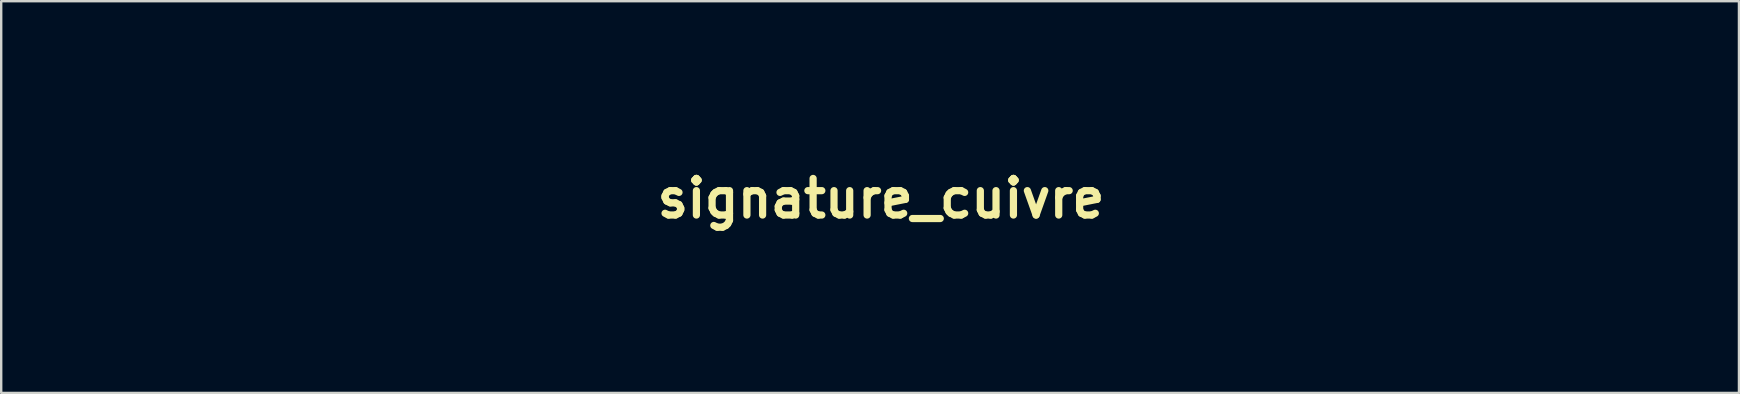
<source format=kicad_pcb>
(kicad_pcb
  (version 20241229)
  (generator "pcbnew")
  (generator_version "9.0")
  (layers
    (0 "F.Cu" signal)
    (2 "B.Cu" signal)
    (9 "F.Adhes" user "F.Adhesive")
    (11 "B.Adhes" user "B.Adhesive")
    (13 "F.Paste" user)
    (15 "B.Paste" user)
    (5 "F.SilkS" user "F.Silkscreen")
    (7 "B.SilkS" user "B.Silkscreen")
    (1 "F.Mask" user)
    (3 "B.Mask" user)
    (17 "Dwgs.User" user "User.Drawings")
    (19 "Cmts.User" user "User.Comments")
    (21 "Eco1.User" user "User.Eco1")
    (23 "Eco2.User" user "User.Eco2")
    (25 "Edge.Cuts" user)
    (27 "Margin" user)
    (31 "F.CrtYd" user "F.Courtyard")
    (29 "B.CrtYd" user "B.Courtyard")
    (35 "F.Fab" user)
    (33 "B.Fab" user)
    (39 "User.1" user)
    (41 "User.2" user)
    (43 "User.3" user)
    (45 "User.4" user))
  (footprint "signature_cuivre"
    (layer "F.Cu")
    (at 33.656 5.219)
    (property "Reference" "signature_cuivre" (at 0 0 0) (layer "F.SilkS") (effects (font (size 1.524 1.524) (thickness 0.3))))
    (attr through_hole)
    (fp_poly (pts (xy 28.649 -5.042) (xy 28.762 -4.659) (xy 28.561 -4.262) (xy 28.119 -4.056) (xy 27.661 -4.077) (xy 27.566 -4.424) (xy 27.584 -4.591) (xy 27.844 -5.109) (xy 28.207 -5.214) (xy 28.649 -5.042)) (stroke (width 0.01) (type solid)) (fill yes) (layer "F.Mask"))
    (fp_poly (pts (xy -16.442 -1.784) (xy -16.311 -1.284) (xy -16.309 -1.203) (xy -16.272 -0.726) (xy -16.088 -0.577) (xy -15.651 -0.747) (xy -15.075 -1.089) (xy -14.251 -1.454) (xy -13.64 -1.472) (xy -13.187 -1.167) (xy -13.143 -0.799) (xy -13.495 -0.555) (xy -13.703 -0.534) (xy -14.661 -0.292) (xy -15.654 0.361) (xy -16.573 1.322) (xy -17.311 2.484) (xy -17.634 3.275) (xy -17.955 4.011) (xy -18.275 4.264) (xy -18.56 4.014) (xy -18.614 3.89) (xy -18.596 3.457) (xy -18.404 2.702) (xy -18.093 1.818) (xy -17.709 0.773) (xy -17.393 -0.235) (xy -17.237 -0.869) (xy -17.011 -1.538) (xy -16.711 -1.856) (xy -16.442 -1.784)) (stroke (width 0.01) (type solid)) (fill yes) (layer "F.Mask"))
    (fp_poly (pts (xy -10.301 -2.19) (xy -10.26 -2.172) (xy -9.799 -1.905) (xy -9.657 -1.567) (xy -9.802 -0.995) (xy -9.969 -0.581) (xy -10.339 -0.03) (xy -10.689 0.049) (xy -10.896 -0.291) (xy -10.848 -0.954) (xy -10.75 -1.449) (xy -10.862 -1.511) (xy -11.102 -1.332) (xy -11.687 -0.698) (xy -12.342 0.227) (xy -12.935 1.24) (xy -13.33 2.122) (xy -13.505 2.93) (xy -13.344 3.326) (xy -12.852 3.311) (xy -12.032 2.884) (xy -10.89 2.047) (xy -10.201 1.562) (xy -9.768 1.442) (xy -9.582 1.541) (xy -9.5 1.84) (xy -9.811 2.271) (xy -10.163 2.592) (xy -11.282 3.494) (xy -12.129 4.033) (xy -12.794 4.238) (xy -13.368 4.14) (xy -13.897 3.802) (xy -14.305 3.157) (xy -14.28 2.229) (xy -13.819 1.01) (xy -13.088 -0.255) (xy -12.28 -1.385) (xy -11.589 -2.055) (xy -10.95 -2.309) (xy -10.301 -2.19)) (stroke (width 0.01) (type solid)) (fill yes) (layer "F.Mask"))
    (fp_poly (pts (xy 22.027 -2.209) (xy 22.085 -1.739) (xy 21.856 -1.175) (xy 21.706 -0.988) (xy 21.343 -0.493) (xy 20.91 0.247) (xy 20.478 1.091) (xy 20.113 1.897) (xy 19.883 2.525) (xy 19.858 2.835) (xy 19.858 2.836) (xy 20.089 2.731) (xy 20.519 2.318) (xy 20.725 2.083) (xy 21.899 0.711) (xy 22.788 -0.266) (xy 23.427 -0.879) (xy 23.85 -1.162) (xy 24.092 -1.147) (xy 24.096 -1.143) (xy 24.185 -0.738) (xy 23.929 -0.001) (xy 23.817 0.225) (xy 23.374 1.433) (xy 23.298 2.525) (xy 23.593 3.381) (xy 23.704 3.522) (xy 23.99 3.884) (xy 23.869 4.001) (xy 23.589 4.011) (xy 22.848 3.772) (xy 22.339 3.152) (xy 22.186 2.454) (xy 22.165 2.069) (xy 22.054 1.986) (xy 21.77 2.242) (xy 21.228 2.874) (xy 20.634 3.561) (xy 20.244 3.896) (xy 19.923 3.945) (xy 19.537 3.771) (xy 19.451 3.722) (xy 19.074 3.255) (xy 18.99 2.861) (xy 19.113 2.143) (xy 19.431 1.209) (xy 19.879 0.181) (xy 20.395 -0.817) (xy 20.916 -1.662) (xy 21.379 -2.231) (xy 21.683 -2.406) (xy 22.027 -2.209)) (stroke (width 0.01) (type solid)) (fill yes) (layer "F.Mask"))
    (fp_poly (pts (xy -2.015 -4.576) (xy -1.347 -4.098) (xy -0.833 -3.387) (xy -0.65 -2.874) (xy -0.606 -2.301) (xy -0.801 -2.153) (xy -1.169 -2.417) (xy -1.64 -3.075) (xy -2.01 -3.66) (xy -2.266 -3.986) (xy -2.306 -4.011) (xy -2.473 -3.792) (xy -2.673 -3.344) (xy -2.76 -2.826) (xy -2.693 -2.049) (xy -2.461 -0.915) (xy -2.265 -0.132) (xy -1.979 1.031) (xy -1.755 2.055) (xy -1.625 2.794) (xy -1.604 3.025) (xy -1.803 3.779) (xy -2.356 4.186) (xy -3.2 4.229) (xy -4.27 3.894) (xy -4.588 3.737) (xy -5.601 3.035) (xy -6.33 2.195) (xy -6.671 1.346) (xy -6.684 1.167) (xy -6.569 0.647) (xy -6.284 0.554) (xy -5.915 0.852) (xy -5.554 1.499) (xy -5.478 1.701) (xy -5.098 2.324) (xy -4.494 2.876) (xy -3.815 3.264) (xy -3.211 3.396) (xy -2.901 3.276) (xy -2.717 2.919) (xy -2.732 2.32) (xy -2.858 1.672) (xy -3.258 -0.088) (xy -3.548 -1.406) (xy -3.739 -2.359) (xy -3.844 -3.026) (xy -3.875 -3.485) (xy -3.844 -3.814) (xy -3.763 -4.091) (xy -3.75 -4.127) (xy -3.336 -4.639) (xy -2.718 -4.772) (xy -2.015 -4.576)) (stroke (width 0.01) (type solid)) (fill yes) (layer "F.Mask"))
    (fp_poly (pts (xy -19.448 -2.151) (xy -18.999 -1.857) (xy -18.568 -1.444) (xy -18.515 -1.111) (xy -18.803 -0.599) (xy -18.813 -0.584) (xy -19.66 1.011) (xy -20.007 2.425) (xy -20.002 2.989) (xy -19.985 3.673) (xy -20.139 3.967) (xy -20.351 4.011) (xy -20.83 3.771) (xy -21.089 3.102) (xy -21.122 2.64) (xy -21.171 2.383) (xy -21.379 2.383) (xy -21.839 2.671) (xy -22.364 3.062) (xy -23.216 3.672) (xy -23.796 3.946) (xy -24.227 3.909) (xy -24.632 3.584) (xy -24.69 3.522) (xy -25.041 2.927) (xy -25.094 2.683) (xy -24.343 2.683) (xy -24.179 2.929) (xy -23.689 2.813) (xy -22.906 2.324) (xy -22.134 1.692) (xy -21.302 0.898) (xy -20.535 0.065) (xy -19.927 -0.694) (xy -19.572 -1.266) (xy -19.518 -1.456) (xy -19.7 -1.633) (xy -20.181 -1.514) (xy -20.865 -1.161) (xy -21.653 -0.637) (xy -22.45 -0.005) (xy -23.158 0.673) (xy -23.56 1.156) (xy -24.148 2.088) (xy -24.343 2.683) (xy -25.094 2.683) (xy -25.133 2.504) (xy -24.939 1.786) (xy -24.428 0.881) (xy -23.704 -0.066) (xy -22.87 -0.913) (xy -22.363 -1.311) (xy -21.179 -2.009) (xy -20.233 -2.285) (xy -19.448 -2.151)) (stroke (width 0.01) (type solid)) (fill yes) (layer "F.Mask"))
    (fp_poly (pts (xy -29.563 -5.184) (xy -29.389 -5.012) (xy -29.298 -4.601) (xy -29.28 -3.858) (xy -29.329 -2.691) (xy -29.342 -2.465) (xy -29.496 0.11) (xy -27.593 -1.593) (xy -26.753 -2.369) (xy -26.071 -3.043) (xy -25.644 -3.516) (xy -25.554 -3.653) (xy -25.206 -3.965) (xy -24.722 -3.959) (xy -24.475 -3.761) (xy -24.51 -3.413) (xy -24.749 -2.742) (xy -25.132 -1.914) (xy -25.915 0.000059) (xy -26.548 2.336) (xy -26.872 4.077) (xy -27.093 4.757) (xy -27.431 5.096) (xy -27.789 5.017) (xy -27.898 4.879) (xy -27.916 4.522) (xy -27.839 3.791) (xy -27.692 2.836) (xy -27.501 1.803) (xy -27.293 0.842) (xy -27.092 0.1) (xy -27.033 -0.067) (xy -26.872 -0.629) (xy -26.994 -0.75) (xy -27.404 -0.428) (xy -28.078 0.306) (xy -28.654 0.937) (xy -29.044 1.213) (xy -29.387 1.207) (xy -29.623 1.099) (xy -30.039 0.726) (xy -30.201 0.093) (xy -30.213 -0.261) (xy -30.266 -0.963) (xy -30.399 -1.402) (xy -30.441 -1.447) (xy -30.624 -1.28) (xy -30.926 -0.736) (xy -31.293 0.058) (xy -31.672 0.973) (xy -32.01 1.881) (xy -32.254 2.654) (xy -32.351 3.163) (xy -32.352 3.172) (xy -32.529 3.77) (xy -32.952 4.105) (xy -33.32 4.095) (xy -33.562 3.941) (xy -33.651 3.663) (xy -33.571 3.171) (xy -33.306 2.377) (xy -32.84 1.193) (xy -32.776 1.036) (xy -31.838 -1.207) (xy -31.056 -2.945) (xy -30.427 -4.185) (xy -29.948 -4.931) (xy -29.617 -5.192) (xy -29.563 -5.184)) (stroke (width 0.01) (type solid)) (fill yes) (layer "F.Mask"))
    (fp_poly (pts (xy 27.419 -2.328) (xy 27.497 -2.047) (xy 27.342 -1.489) (xy 26.938 -0.584) (xy 26.598 0.099) (xy 26.044 1.319) (xy 25.735 2.286) (xy 25.684 2.935) (xy 25.903 3.205) (xy 25.952 3.208) (xy 26.462 3.082) (xy 26.969 2.661) (xy 27.525 1.882) (xy 28.183 0.681) (xy 28.451 0.14) (xy 29.13 -1.167) (xy 29.671 -1.996) (xy 30.102 -2.373) (xy 30.45 -2.329) (xy 30.623 -2.123) (xy 30.59 -1.751) (xy 30.302 -1.143) (xy 30.117 -0.853) (xy 29.649 -0.099) (xy 29.182 0.777) (xy 28.777 1.641) (xy 28.496 2.356) (xy 28.402 2.787) (xy 28.422 2.844) (xy 28.652 2.747) (xy 29.041 2.342) (xy 29.075 2.299) (xy 30.005 1.173) (xy 30.892 0.199) (xy 31.669 -0.558) (xy 32.268 -1.032) (xy 32.622 -1.16) (xy 32.656 -1.14) (xy 32.736 -0.723) (xy 32.463 0.043) (xy 32.365 0.241) (xy 32.011 1.132) (xy 31.808 2.042) (xy 31.771 2.823) (xy 31.915 3.323) (xy 32.039 3.416) (xy 32.342 3.663) (xy 32.211 3.92) (xy 31.826 4.011) (xy 31.264 3.769) (xy 30.872 3.135) (xy 30.739 2.357) (xy 30.698 2.058) (xy 30.536 2.055) (xy 30.174 2.392) (xy 29.686 2.941) (xy 29.082 3.604) (xy 28.683 3.914) (xy 28.363 3.94) (xy 28.086 3.805) (xy 27.587 3.611) (xy 27.047 3.728) (xy 26.746 3.872) (xy 26.002 4.202) (xy 25.543 4.211) (xy 25.215 3.884) (xy 25.112 3.705) (xy 24.938 3.05) (xy 24.927 2.232) (xy 24.935 2.167) (xy 25.127 1.34) (xy 25.468 0.367) (xy 25.898 -0.623) (xy 26.355 -1.501) (xy 26.777 -2.138) (xy 27.102 -2.405) (xy 27.121 -2.406) (xy 27.419 -2.328)) (stroke (width 0.01) (type solid)) (fill yes) (layer "F.Mask"))
    (fp_poly (pts (xy 3.336 -4.556) (xy 3.303 -4.205) (xy 3.065 -3.529) (xy 2.674 -2.674) (xy 2.665 -2.657) (xy 2.272 -1.819) (xy 2.026 -1.18) (xy 1.979 -0.873) (xy 1.982 -0.87) (xy 2.323 -0.858) (xy 2.976 -1.049) (xy 3.789 -1.378) (xy 4.61 -1.784) (xy 5.287 -2.201) (xy 5.435 -2.314) (xy 6.283 -2.828) (xy 7.01 -2.923) (xy 7.529 -2.618) (xy 7.751 -1.93) (xy 7.754 -1.826) (xy 7.665 -1.348) (xy 7.357 -0.79) (xy 6.766 -0.061) (xy 5.878 0.881) (xy 4.878 1.971) (xy 4.311 2.76) (xy 4.172 3.255) (xy 4.457 3.465) (xy 4.604 3.474) (xy 5.018 3.357) (xy 5.683 2.982) (xy 6.657 2.315) (xy 7.443 1.738) (xy 8.062 1.221) (xy 8.44 0.698) (xy 8.686 -0.026) (xy 8.835 -0.735) (xy 9.079 -1.735) (xy 9.341 -2.301) (xy 9.506 -2.406) (xy 9.793 -2.354) (xy 9.94 -2.141) (xy 9.944 -1.681) (xy 9.805 -0.89) (xy 9.521 0.319) (xy 9.471 0.523) (xy 9.215 1.612) (xy 9.035 2.491) (xy 8.953 3.043) (xy 8.961 3.168) (xy 9.256 3.14) (xy 9.682 2.659) (xy 10.198 1.779) (xy 10.562 1.02) (xy 10.96 0.057) (xy 11.118 -0.569) (xy 11.063 -0.989) (xy 11.003 -1.103) (xy 10.862 -1.579) (xy 11.083 -1.785) (xy 11.533 -1.651) (xy 11.743 -1.49) (xy 12.346 -1.244) (xy 13.281 -1.191) (xy 14.389 -1.315) (xy 15.508 -1.602) (xy 16.253 -1.911) (xy 17.14 -2.297) (xy 17.773 -2.358) (xy 18.326 -2.089) (xy 18.616 -1.84) (xy 19.219 -1.273) (xy 18.388 0.199) (xy 17.782 1.518) (xy 17.56 2.691) (xy 17.557 2.852) (xy 17.517 3.598) (xy 17.367 3.923) (xy 17.134 3.953) (xy 16.789 3.635) (xy 16.627 3.006) (xy 16.495 2.343) (xy 16.237 2.185) (xy 15.792 2.515) (xy 15.616 2.701) (xy 14.99 3.246) (xy 14.347 3.656) (xy 13.776 3.898) (xy 13.391 3.835) (xy 13.077 3.587) (xy 12.655 2.892) (xy 13.39 2.892) (xy 13.699 2.936) (xy 14.304 2.605) (xy 15.181 1.907) (xy 16.181 0.973) (xy 17.009 0.131) (xy 17.669 -0.593) (xy 18.082 -1.108) (xy 18.181 -1.299) (xy 18.005 -1.568) (xy 17.537 -1.523) (xy 16.865 -1.223) (xy 16.08 -0.727) (xy 15.272 -0.096) (xy 14.528 0.611) (xy 13.94 1.334) (xy 13.746 1.658) (xy 13.398 2.468) (xy 13.39 2.892) (xy 12.655 2.892) (xy 12.636 2.86) (xy 12.673 1.935) (xy 13.185 0.845) (xy 13.381 0.56) (xy 14.195 -0.564) (xy 13.18 -0.38) (xy 12.358 -0.21) (xy 11.935 -0.028) (xy 11.782 0.249) (xy 11.764 0.52) (xy 11.621 0.992) (xy 11.251 1.705) (xy 10.745 2.522) (xy 10.194 3.31) (xy 9.686 3.933) (xy 9.313 4.259) (xy 9.244 4.278) (xy 8.757 4.06) (xy 8.292 3.551) (xy 8.032 2.969) (xy 8.021 2.849) (xy 7.936 2.656) (xy 7.629 2.727) (xy 7.017 3.092) (xy 6.654 3.338) (xy 5.822 3.895) (xy 5.269 4.178) (xy 4.833 4.219) (xy 4.356 4.051) (xy 4.001 3.872) (xy 3.275 3.23) (xy 2.985 2.28) (xy 3.11 1.189) (xy 4.016 1.189) (xy 4.17 1.195) (xy 4.558 0.885) (xy 5.087 0.365) (xy 5.659 -0.263) (xy 6.18 -0.892) (xy 6.553 -1.42) (xy 6.684 -1.727) (xy 6.601 -2.009) (xy 6.258 -1.927) (xy 6.132 -1.862) (xy 5.705 -1.49) (xy 5.167 -0.839) (xy 4.63 -0.073) (xy 4.21 0.644) (xy 4.018 1.148) (xy 4.016 1.189) (xy 3.11 1.189) (xy 3.13 1.02) (xy 3.147 0.954) (xy 3.307 0.267) (xy 3.363 -0.159) (xy 3.351 -0.213) (xy 3.064 -0.21) (xy 2.471 -0.091) (xy 2.373 -0.066) (xy 1.907 0.09) (xy 1.587 0.345) (xy 1.332 0.823) (xy 1.061 1.644) (xy 0.918 2.14) (xy 0.522 3.343) (xy 0.162 4.05) (xy -0.155 4.248) (xy -0.418 3.928) (xy -0.427 3.905) (xy -0.429 3.447) (xy -0.274 2.668) (xy -0.027 1.827) (xy 0.534 0.167) (xy -0.047 -0.451) (xy -0.628 -1.069) (xy 0.179 -1.069) (xy 0.606 -1.107) (xy 0.92 -1.292) (xy 1.207 -1.728) (xy 1.553 -2.522) (xy 1.719 -2.941) (xy 2.243 -4.088) (xy 2.705 -4.705) (xy 3.105 -4.791) (xy 3.336 -4.556)) (stroke (width 0.01) (type solid)) (fill yes) (layer "F.Mask")))
  (gr_rect
    (start -3 -3)
    (end 69.398 13.319)
    (stroke (width 0.1) (type default))
    (fill no)
    (layer "Edge.Cuts")))
</source>
